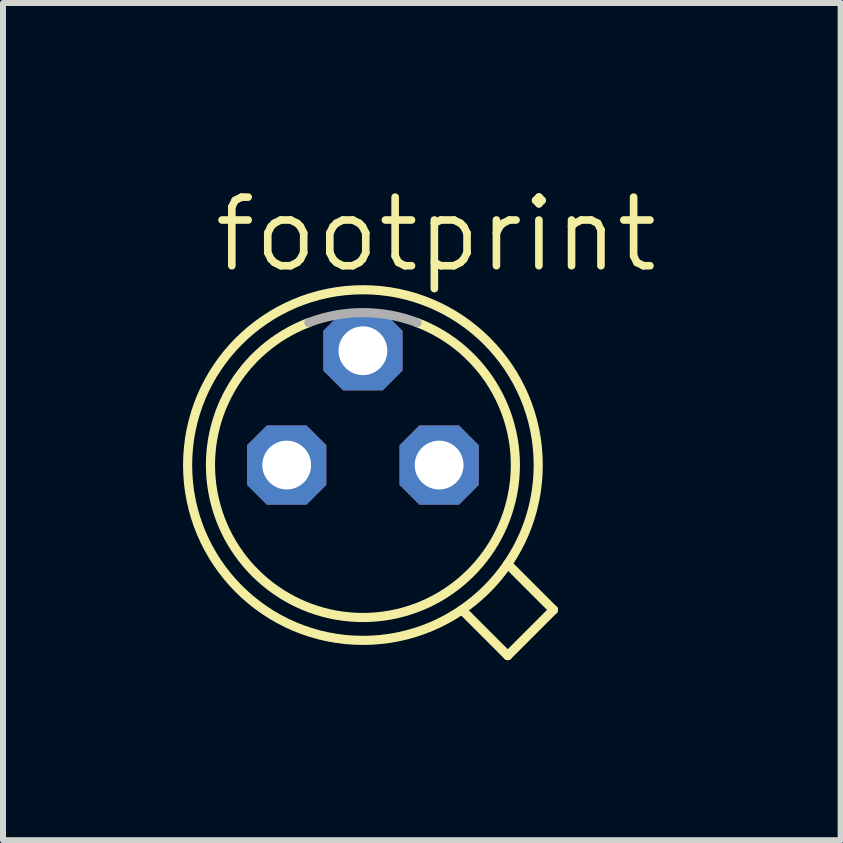
<source format=kicad_pcb>
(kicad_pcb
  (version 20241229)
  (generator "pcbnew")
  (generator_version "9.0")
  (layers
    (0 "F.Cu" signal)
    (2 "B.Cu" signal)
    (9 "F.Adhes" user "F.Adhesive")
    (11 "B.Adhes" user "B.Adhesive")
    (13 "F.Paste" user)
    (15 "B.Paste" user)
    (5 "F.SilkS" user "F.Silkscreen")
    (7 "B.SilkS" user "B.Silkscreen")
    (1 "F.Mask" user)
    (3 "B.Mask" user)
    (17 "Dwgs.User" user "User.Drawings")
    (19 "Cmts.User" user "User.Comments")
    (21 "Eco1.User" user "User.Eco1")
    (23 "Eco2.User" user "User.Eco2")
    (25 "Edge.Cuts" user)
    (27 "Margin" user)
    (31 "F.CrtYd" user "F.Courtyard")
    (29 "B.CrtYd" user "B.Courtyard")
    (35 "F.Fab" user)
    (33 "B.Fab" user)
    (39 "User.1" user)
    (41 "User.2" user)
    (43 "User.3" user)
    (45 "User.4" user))
  (footprint "footprint"
    (layer "F.Cu")
    (at 2.997 4.699)
    (property "Reference" "footprint" (at -2.54 -3.175 0) (layer "F.SilkS") (effects (font (size 1.143 1.143) (thickness 0.127)) (justify left bottom)))
    (fp_line (start 2.413 3.175) (end 1.649 2.411) (stroke (width 0.152) (type solid)) (layer "F.SilkS"))
    (fp_line (start 3.175 2.413) (end 2.411 1.649) (stroke (width 0.152) (type solid)) (layer "F.SilkS"))
    (fp_line (start 3.175 2.413) (end 2.413 3.175) (stroke (width 0.152) (type solid)) (layer "F.SilkS"))
    (fp_arc (start 0.9008 -2.3749) (mid 0 2.539998) (end -0.9008 -2.3749) (stroke (width 0.1524) (type solid)) (layer "F.SilkS"))
    (fp_circle (center 0 0) (end 2.921 0) (stroke (width 0.152) (type solid)) (fill no) (layer "F.SilkS"))
    (fp_arc (start -0.9008 -2.3749) (mid 0 -2.539998) (end 0.9008 -2.3749) (stroke (width 0.1524) (type solid)) (layer "F.Fab"))
    (pad "1" thru_hole roundrect (at -1.27 0) (size 1.321 1.321) (drill 0.813) (layers "*.Cu" "*.Mask") (roundrect_rratio 0.25) (chamfer_ratio 0.25) (chamfer top_left top_right bottom_left bottom_right))
    (pad "2" thru_hole roundrect (at 0 -1.905) (size 1.321 1.321) (drill 0.813) (layers "*.Cu" "*.Mask") (roundrect_rratio 0.25) (chamfer_ratio 0.25) (chamfer top_left top_right bottom_left bottom_right))
    (pad "3" thru_hole roundrect (at 1.27 0) (size 1.321 1.321) (drill 0.813) (layers "*.Cu" "*.Mask") (roundrect_rratio 0.25) (chamfer_ratio 0.25) (chamfer top_left top_right bottom_left bottom_right)))
  (gr_rect
    (start -3 -3)
    (end 10.957 10.95)
    (stroke (width 0.1) (type default))
    (fill no)
    (layer "Edge.Cuts")))
</source>
